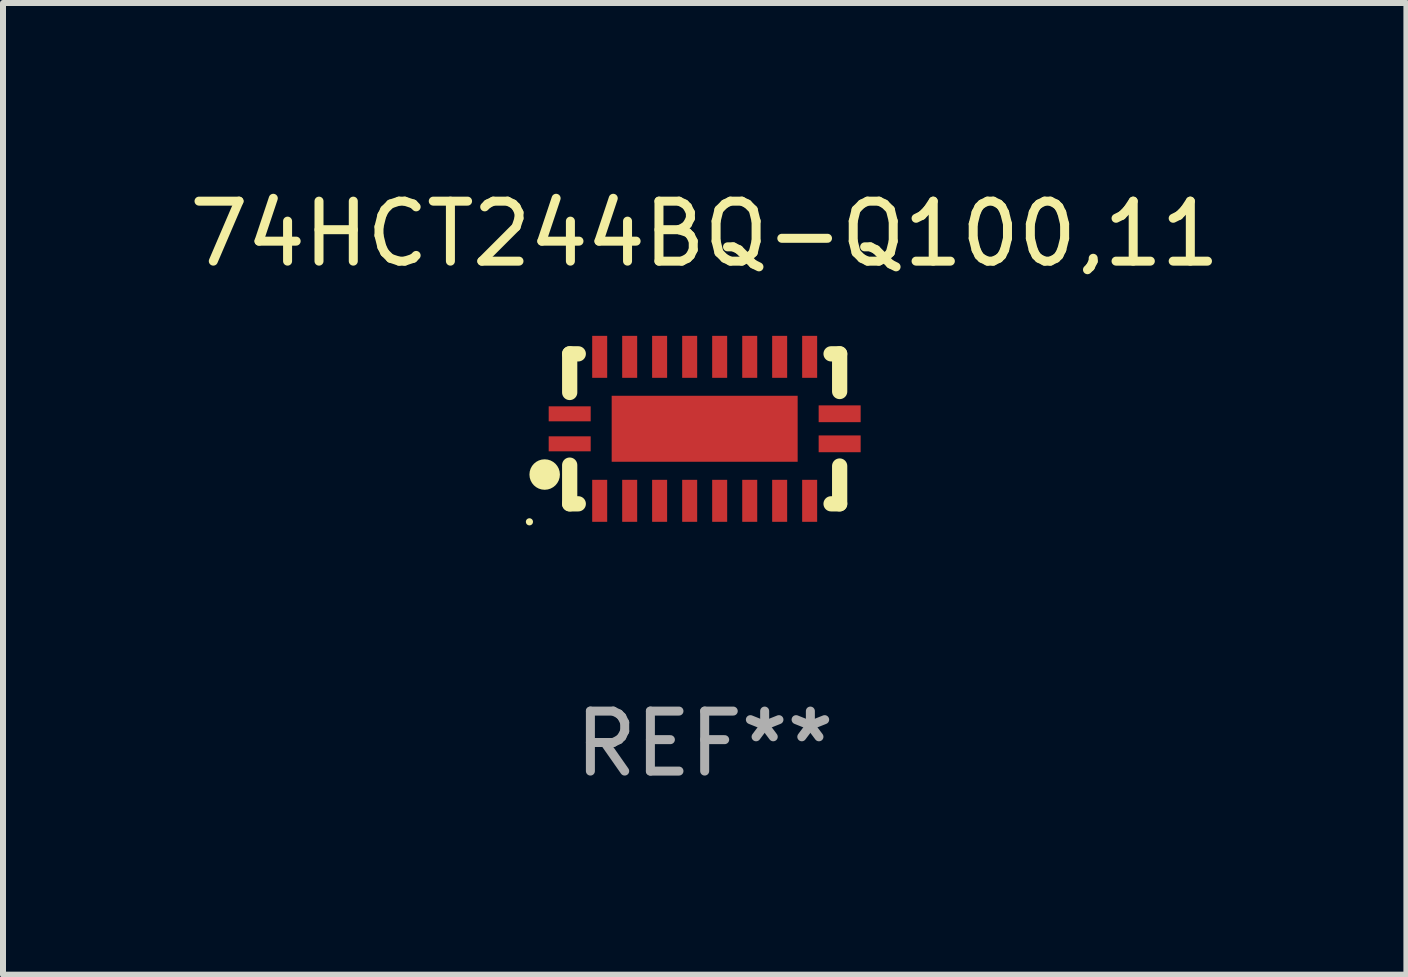
<source format=kicad_pcb>
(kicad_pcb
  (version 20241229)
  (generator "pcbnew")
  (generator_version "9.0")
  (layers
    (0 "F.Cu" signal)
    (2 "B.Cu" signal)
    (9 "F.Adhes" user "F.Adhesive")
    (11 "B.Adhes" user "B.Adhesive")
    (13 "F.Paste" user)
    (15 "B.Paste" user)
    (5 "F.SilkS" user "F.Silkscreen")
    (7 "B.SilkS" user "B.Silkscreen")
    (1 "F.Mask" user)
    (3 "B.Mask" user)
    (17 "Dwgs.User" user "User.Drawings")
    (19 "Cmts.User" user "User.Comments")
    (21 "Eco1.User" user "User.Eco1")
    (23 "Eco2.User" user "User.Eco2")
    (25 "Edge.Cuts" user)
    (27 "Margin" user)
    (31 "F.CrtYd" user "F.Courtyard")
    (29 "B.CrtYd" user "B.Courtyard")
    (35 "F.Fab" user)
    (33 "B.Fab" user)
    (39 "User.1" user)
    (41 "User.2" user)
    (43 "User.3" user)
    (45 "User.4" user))
  (footprint "74HCT244BQ-Q100,11"
    (layer "F.Cu")
    (at 8.696 4.098)
    (property "Reference" "74HCT244BQ-Q100,11" (at 0 -3.25 0) (layer "F.SilkS") (effects (font (size 1 1) (thickness 0.15))))
    (attr through_hole)
    (fp_line (start -2.25 0.605) (end -2.25 1.25) (stroke (width 0.254) (type solid)) (layer "F.SilkS"))
    (fp_line (start -2.25 1.25) (end -2.107 1.25) (stroke (width 0.254) (type solid)) (layer "F.SilkS"))
    (fp_line (start -2.25 -1.25) (end -2.25 -0.606) (stroke (width 0.254) (type solid)) (layer "F.SilkS"))
    (fp_line (start -2.25 -1.25) (end -2.107 -1.25) (stroke (width 0.254) (type solid)) (layer "F.SilkS"))
    (fp_line (start 2.107 -1.25) (end 2.25 -1.25) (stroke (width 0.254) (type solid)) (layer "F.SilkS"))
    (fp_line (start 2.107 1.25) (end 2.25 1.25) (stroke (width 0.254) (type solid)) (layer "F.SilkS"))
    (fp_line (start 2.25 -1.25) (end 2.25 -0.622) (stroke (width 0.254) (type solid)) (layer "F.SilkS"))
    (fp_line (start 2.25 0.62) (end 2.25 1.25) (stroke (width 0.254) (type solid)) (layer "F.SilkS"))
    (fp_circle (center -2.921 1.55) (end -2.891 1.55) (stroke (width 0.06) (type solid)) (fill no) (layer "F.SilkS"))
    (fp_circle (center -2.667 0.762) (end -2.54 0.762) (stroke (width 0.254) (type solid)) (fill no) (layer "F.SilkS"))
    (fp_text user "REF**" (at 0 5.25 0) (layer "F.Fab") (effects (font (size 1 1) (thickness 0.15))))
    (pad "1" smd rect (at -2.25 0.25 180) (size 0.7 0.25) (layers "F.Cu" "F.Mask" "F.Paste"))
    (pad "2" smd rect (at -1.75 1.2 90) (size 0.7 0.25) (layers "F.Cu" "F.Mask" "F.Paste"))
    (pad "3" smd rect (at -1.25 1.2 90) (size 0.7 0.25) (layers "F.Cu" "F.Mask" "F.Paste"))
    (pad "4" smd rect (at -0.751 1.2 90) (size 0.7 0.25) (layers "F.Cu" "F.Mask" "F.Paste"))
    (pad "5" smd rect (at -0.25 1.2 90) (size 0.7 0.25) (layers "F.Cu" "F.Mask" "F.Paste"))
    (pad "6" smd rect (at 0.25 1.2 90) (size 0.7 0.25) (layers "F.Cu" "F.Mask" "F.Paste"))
    (pad "7" smd rect (at 0.751 1.2 90) (size 0.7 0.25) (layers "F.Cu" "F.Mask" "F.Paste"))
    (pad "8" smd rect (at 1.25 1.2 90) (size 0.7 0.25) (layers "F.Cu" "F.Mask" "F.Paste"))
    (pad "9" smd rect (at 1.75 1.2 90) (size 0.7 0.25) (layers "F.Cu" "F.Mask" "F.Paste"))
    (pad "10" smd rect (at 2.25 0.25 180) (size 0.7 0.28) (layers "F.Cu" "F.Mask" "F.Paste"))
    (pad "11" smd rect (at 2.25 -0.251 180) (size 0.7 0.28) (layers "F.Cu" "F.Mask" "F.Paste"))
    (pad "12" smd rect (at 1.75 -1.2 90) (size 0.7 0.25) (layers "F.Cu" "F.Mask" "F.Paste"))
    (pad "13" smd rect (at 1.25 -1.2 90) (size 0.7 0.25) (layers "F.Cu" "F.Mask" "F.Paste"))
    (pad "14" smd rect (at 0.751 -1.2 90) (size 0.7 0.25) (layers "F.Cu" "F.Mask" "F.Paste"))
    (pad "15" smd rect (at 0.25 -1.2 90) (size 0.7 0.25) (layers "F.Cu" "F.Mask" "F.Paste"))
    (pad "16" smd rect (at -0.25 -1.2 90) (size 0.7 0.25) (layers "F.Cu" "F.Mask" "F.Paste"))
    (pad "17" smd rect (at -0.751 -1.2 90) (size 0.7 0.25) (layers "F.Cu" "F.Mask" "F.Paste"))
    (pad "18" smd rect (at -1.25 -1.2 90) (size 0.7 0.25) (layers "F.Cu" "F.Mask" "F.Paste"))
    (pad "19" smd rect (at -1.75 -1.2 90) (size 0.7 0.25) (layers "F.Cu" "F.Mask" "F.Paste"))
    (pad "20" smd rect (at -2.25 -0.25 180) (size 0.7 0.25) (layers "F.Cu" "F.Mask" "F.Paste"))
    (pad "21" smd rect (at 0 -0.001 180) (size 3.1 1.1) (layers "F.Cu" "F.Mask" "F.Paste")))
  (gr_rect
    (start -3 -3)
    (end 20.393 13.197)
    (stroke (width 0.1) (type default))
    (fill no)
    (layer "Edge.Cuts")))
</source>
